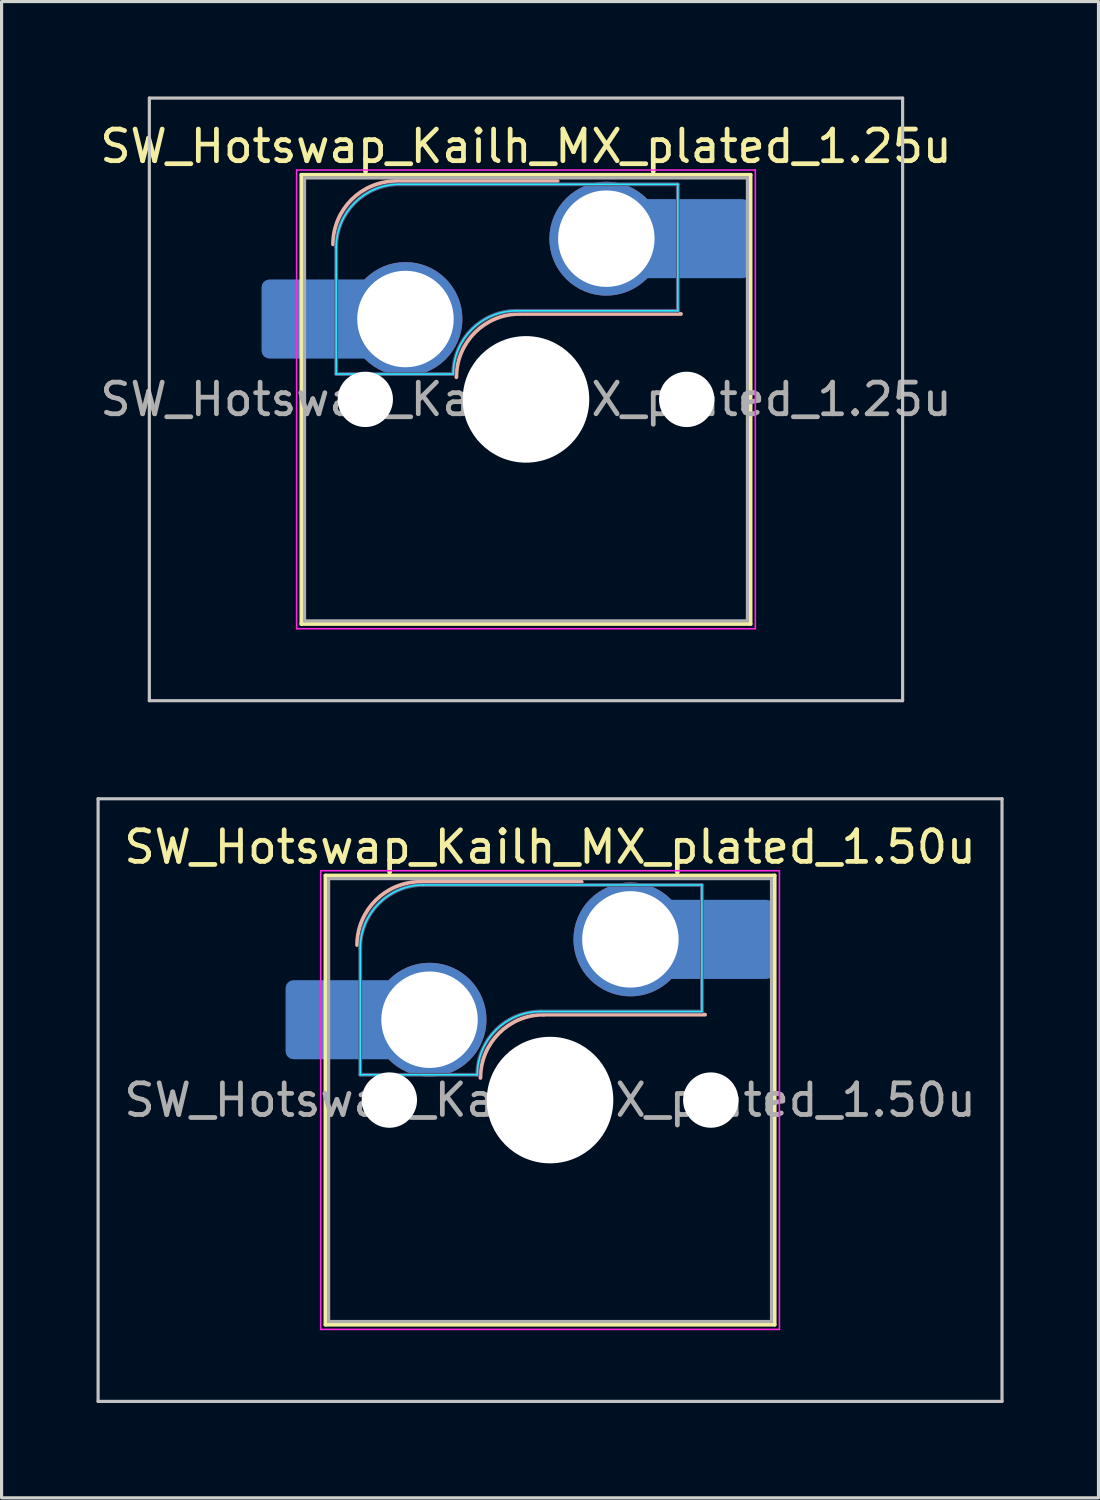
<source format=kicad_pcb>
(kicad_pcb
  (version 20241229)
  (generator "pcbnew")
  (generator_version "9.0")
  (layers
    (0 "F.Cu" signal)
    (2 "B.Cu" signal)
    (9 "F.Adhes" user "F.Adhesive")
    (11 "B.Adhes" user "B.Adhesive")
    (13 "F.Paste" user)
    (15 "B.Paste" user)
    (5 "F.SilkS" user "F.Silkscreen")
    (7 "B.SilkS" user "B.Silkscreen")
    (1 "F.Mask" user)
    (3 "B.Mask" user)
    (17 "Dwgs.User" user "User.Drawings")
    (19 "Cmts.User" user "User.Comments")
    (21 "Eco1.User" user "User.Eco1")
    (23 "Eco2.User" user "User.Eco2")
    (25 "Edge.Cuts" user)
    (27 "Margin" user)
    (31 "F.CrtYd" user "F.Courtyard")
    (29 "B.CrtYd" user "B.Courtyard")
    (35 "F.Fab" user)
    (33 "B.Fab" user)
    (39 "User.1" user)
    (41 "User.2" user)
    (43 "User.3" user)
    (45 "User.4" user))
  (footprint "SW_Hotswap_Kailh_MX_plated_1.50u"
    (layer "F.Cu")
    (at 14.338 31.725)
    (property "Reference" "SW_Hotswap_Kailh_MX_plated_1.50u" (at 0 -8 0) (layer "F.SilkS") (effects (font (size 1 1) (thickness 0.15))))
    (attr smd)
    (fp_line (start -7.1 -7.1) (end -7.1 7.1) (stroke (width 0.12) (type solid)) (layer "F.SilkS"))
    (fp_line (start -7.1 7.1) (end 7.1 7.1) (stroke (width 0.12) (type solid)) (layer "F.SilkS"))
    (fp_line (start 7.1 -7.1) (end -7.1 -7.1) (stroke (width 0.12) (type solid)) (layer "F.SilkS"))
    (fp_line (start 7.1 7.1) (end 7.1 -7.1) (stroke (width 0.12) (type solid)) (layer "F.SilkS"))
    (fp_line (start -4.1 -6.9) (end 1 -6.9) (stroke (width 0.12) (type solid)) (layer "B.SilkS"))
    (fp_line (start -0.2 -2.7) (end 4.9 -2.7) (stroke (width 0.12) (type solid)) (layer "B.SilkS"))
    (fp_arc (start -6.1 -4.9) (mid -5.514214 -6.314214) (end -4.1 -6.9) (stroke (width 0.12) (type solid)) (layer "B.SilkS"))
    (fp_arc (start -2.2 -0.7) (mid -1.614214 -2.114214) (end -0.2 -2.7) (stroke (width 0.12) (type solid)) (layer "B.SilkS"))
    (fp_line (start -14.287 -9.525) (end -14.287 9.525) (stroke (width 0.1) (type solid)) (layer "Dwgs.User"))
    (fp_line (start -14.287 9.525) (end 14.287 9.525) (stroke (width 0.1) (type solid)) (layer "Dwgs.User"))
    (fp_line (start 14.287 -9.525) (end -14.287 -9.525) (stroke (width 0.1) (type solid)) (layer "Dwgs.User"))
    (fp_line (start 14.287 9.525) (end 14.287 -9.525) (stroke (width 0.1) (type solid)) (layer "Dwgs.User"))
    (fp_line (start -7.8 -6) (end -7 -6) (stroke (width 0.1) (type solid)) (layer "Eco1.User"))
    (fp_line (start -7.8 -2.9) (end -7.8 -6) (stroke (width 0.1) (type solid)) (layer "Eco1.User"))
    (fp_line (start -7.8 2.9) (end -7 2.9) (stroke (width 0.1) (type solid)) (layer "Eco1.User"))
    (fp_line (start -7.8 6) (end -7.8 2.9) (stroke (width 0.1) (type solid)) (layer "Eco1.User"))
    (fp_line (start -7 -7) (end 7 -7) (stroke (width 0.1) (type solid)) (layer "Eco1.User"))
    (fp_line (start -7 -6) (end -7 -7) (stroke (width 0.1) (type solid)) (layer "Eco1.User"))
    (fp_line (start -7 -2.9) (end -7.8 -2.9) (stroke (width 0.1) (type solid)) (layer "Eco1.User"))
    (fp_line (start -7 2.9) (end -7 -2.9) (stroke (width 0.1) (type solid)) (layer "Eco1.User"))
    (fp_line (start -7 6) (end -7.8 6) (stroke (width 0.1) (type solid)) (layer "Eco1.User"))
    (fp_line (start -7 7) (end -7 6) (stroke (width 0.1) (type solid)) (layer "Eco1.User"))
    (fp_line (start 7 -7) (end 7 -6) (stroke (width 0.1) (type solid)) (layer "Eco1.User"))
    (fp_line (start 7 -6) (end 7.8 -6) (stroke (width 0.1) (type solid)) (layer "Eco1.User"))
    (fp_line (start 7 -2.9) (end 7 2.9) (stroke (width 0.1) (type solid)) (layer "Eco1.User"))
    (fp_line (start 7 2.9) (end 7.8 2.9) (stroke (width 0.1) (type solid)) (layer "Eco1.User"))
    (fp_line (start 7 6) (end 7 7) (stroke (width 0.1) (type solid)) (layer "Eco1.User"))
    (fp_line (start 7 7) (end -7 7) (stroke (width 0.1) (type solid)) (layer "Eco1.User"))
    (fp_line (start 7.8 -6) (end 7.8 -2.9) (stroke (width 0.1) (type solid)) (layer "Eco1.User"))
    (fp_line (start 7.8 -2.9) (end 7 -2.9) (stroke (width 0.1) (type solid)) (layer "Eco1.User"))
    (fp_line (start 7.8 2.9) (end 7.8 6) (stroke (width 0.1) (type solid)) (layer "Eco1.User"))
    (fp_line (start 7.8 6) (end 7 6) (stroke (width 0.1) (type solid)) (layer "Eco1.User"))
    (fp_line (start -6 -0.8) (end -6 -4.8) (stroke (width 0.05) (type solid)) (layer "B.CrtYd"))
    (fp_line (start -6 -0.8) (end -2.3 -0.8) (stroke (width 0.05) (type solid)) (layer "B.CrtYd"))
    (fp_line (start -4 -6.8) (end 4.8 -6.8) (stroke (width 0.05) (type solid)) (layer "B.CrtYd"))
    (fp_line (start -0.3 -2.8) (end 4.8 -2.8) (stroke (width 0.05) (type solid)) (layer "B.CrtYd"))
    (fp_line (start 4.8 -6.8) (end 4.8 -2.8) (stroke (width 0.05) (type solid)) (layer "B.CrtYd"))
    (fp_arc (start -6 -4.8) (mid -5.414214 -6.214214) (end -4 -6.8) (stroke (width 0.05) (type solid)) (layer "B.CrtYd"))
    (fp_arc (start -2.3 -0.8) (mid -1.714214 -2.214214) (end -0.3 -2.8) (stroke (width 0.05) (type solid)) (layer "B.CrtYd"))
    (fp_line (start -7.25 -7.25) (end -7.25 7.25) (stroke (width 0.05) (type solid)) (layer "F.CrtYd"))
    (fp_line (start -7.25 7.25) (end 7.25 7.25) (stroke (width 0.05) (type solid)) (layer "F.CrtYd"))
    (fp_line (start 7.25 -7.25) (end -7.25 -7.25) (stroke (width 0.05) (type solid)) (layer "F.CrtYd"))
    (fp_line (start 7.25 7.25) (end 7.25 -7.25) (stroke (width 0.05) (type solid)) (layer "F.CrtYd"))
    (fp_line (start -6 -0.8) (end -6 -4.8) (stroke (width 0.12) (type solid)) (layer "B.Fab"))
    (fp_line (start -6 -0.8) (end -2.3 -0.8) (stroke (width 0.12) (type solid)) (layer "B.Fab"))
    (fp_line (start -4 -6.8) (end 4.8 -6.8) (stroke (width 0.12) (type solid)) (layer "B.Fab"))
    (fp_line (start -0.3 -2.8) (end 4.8 -2.8) (stroke (width 0.12) (type solid)) (layer "B.Fab"))
    (fp_line (start 4.8 -6.8) (end 4.8 -2.8) (stroke (width 0.12) (type solid)) (layer "B.Fab"))
    (fp_arc (start -6 -4.8) (mid -5.414214 -6.214214) (end -4 -6.8) (stroke (width 0.12) (type solid)) (layer "B.Fab"))
    (fp_arc (start -2.3 -0.8) (mid -1.714214 -2.214214) (end -0.3 -2.8) (stroke (width 0.12) (type solid)) (layer "B.Fab"))
    (fp_line (start -7 -7) (end -7 7) (stroke (width 0.1) (type solid)) (layer "F.Fab"))
    (fp_line (start -7 7) (end 7 7) (stroke (width 0.1) (type solid)) (layer "F.Fab"))
    (fp_line (start 7 -7) (end -7 -7) (stroke (width 0.1) (type solid)) (layer "F.Fab"))
    (fp_line (start 7 7) (end 7 -7) (stroke (width 0.1) (type solid)) (layer "F.Fab"))
    (fp_text user "${REFERENCE}" (at 0 0 0) (layer "F.Fab") (effects (font (size 1 1) (thickness 0.15))))
    (pad "" smd roundrect (at -7.085 -2.54) (size 2.55 2.5) (layers "B.Mask" "B.Paste") (roundrect_rratio 0.1))
    (pad "" np_thru_hole circle (at -5.08 0) (size 1.75 1.75) (drill 1.75) (layers "*.Cu" "*.Mask"))
    (pad "" smd circle (at -3.81 -2.54) (size 3.1 3.1) (layers "F.Mask"))
    (pad "" np_thru_hole circle (at 0 0) (size 4 4) (drill 4) (layers "*.Cu" "*.Mask"))
    (pad "" smd circle (at 2.54 -5.08) (size 3.1 3.1) (layers "F.Mask"))
    (pad "" np_thru_hole circle (at 5.08 0) (size 1.75 1.75) (drill 1.75) (layers "*.Cu" "*.Mask"))
    (pad "" smd roundrect (at 5.842 -5.08) (size 2.55 2.5) (layers "B.Mask" "B.Paste") (roundrect_rratio 0.1))
    (pad "1" smd roundrect (at -6.585 -2.54) (size 3.55 2.5) (layers "B.Cu") (roundrect_rratio 0.1))
    (pad "1" thru_hole circle (at -3.81 -2.54) (size 3.6 3.6) (drill 3.05) (layers "*.Cu" "B.Mask"))
    (pad "2" thru_hole circle (at 2.54 -5.08) (size 3.6 3.6) (drill 3.05) (layers "*.Cu" "B.Mask"))
    (pad "2" smd roundrect (at 5.32 -5.08) (size 3.55 2.5) (layers "B.Cu") (roundrect_rratio 0.1)))
  (footprint "SW_Hotswap_Kailh_MX_plated_1.25u"
    (layer "F.Cu")
    (at 13.577 9.575)
    (property "Reference" "SW_Hotswap_Kailh_MX_plated_1.25u" (at 0 -8 0) (layer "F.SilkS") (effects (font (size 1 1) (thickness 0.15))))
    (attr smd)
    (fp_line (start -7.1 -7.1) (end -7.1 7.1) (stroke (width 0.12) (type solid)) (layer "F.SilkS"))
    (fp_line (start -7.1 7.1) (end 7.1 7.1) (stroke (width 0.12) (type solid)) (layer "F.SilkS"))
    (fp_line (start 7.1 -7.1) (end -7.1 -7.1) (stroke (width 0.12) (type solid)) (layer "F.SilkS"))
    (fp_line (start 7.1 7.1) (end 7.1 -7.1) (stroke (width 0.12) (type solid)) (layer "F.SilkS"))
    (fp_line (start -4.1 -6.9) (end 1 -6.9) (stroke (width 0.12) (type solid)) (layer "B.SilkS"))
    (fp_line (start -0.2 -2.7) (end 4.9 -2.7) (stroke (width 0.12) (type solid)) (layer "B.SilkS"))
    (fp_arc (start -6.1 -4.9) (mid -5.514214 -6.314214) (end -4.1 -6.9) (stroke (width 0.12) (type solid)) (layer "B.SilkS"))
    (fp_arc (start -2.2 -0.7) (mid -1.614214 -2.114214) (end -0.2 -2.7) (stroke (width 0.12) (type solid)) (layer "B.SilkS"))
    (fp_line (start -11.906 -9.525) (end -11.906 9.525) (stroke (width 0.1) (type solid)) (layer "Dwgs.User"))
    (fp_line (start -11.906 9.525) (end 11.906 9.525) (stroke (width 0.1) (type solid)) (layer "Dwgs.User"))
    (fp_line (start 11.906 -9.525) (end -11.906 -9.525) (stroke (width 0.1) (type solid)) (layer "Dwgs.User"))
    (fp_line (start 11.906 9.525) (end 11.906 -9.525) (stroke (width 0.1) (type solid)) (layer "Dwgs.User"))
    (fp_line (start -7.8 -6) (end -7 -6) (stroke (width 0.1) (type solid)) (layer "Eco1.User"))
    (fp_line (start -7.8 -2.9) (end -7.8 -6) (stroke (width 0.1) (type solid)) (layer "Eco1.User"))
    (fp_line (start -7.8 2.9) (end -7 2.9) (stroke (width 0.1) (type solid)) (layer "Eco1.User"))
    (fp_line (start -7.8 6) (end -7.8 2.9) (stroke (width 0.1) (type solid)) (layer "Eco1.User"))
    (fp_line (start -7 -7) (end 7 -7) (stroke (width 0.1) (type solid)) (layer "Eco1.User"))
    (fp_line (start -7 -6) (end -7 -7) (stroke (width 0.1) (type solid)) (layer "Eco1.User"))
    (fp_line (start -7 -2.9) (end -7.8 -2.9) (stroke (width 0.1) (type solid)) (layer "Eco1.User"))
    (fp_line (start -7 2.9) (end -7 -2.9) (stroke (width 0.1) (type solid)) (layer "Eco1.User"))
    (fp_line (start -7 6) (end -7.8 6) (stroke (width 0.1) (type solid)) (layer "Eco1.User"))
    (fp_line (start -7 7) (end -7 6) (stroke (width 0.1) (type solid)) (layer "Eco1.User"))
    (fp_line (start 7 -7) (end 7 -6) (stroke (width 0.1) (type solid)) (layer "Eco1.User"))
    (fp_line (start 7 -6) (end 7.8 -6) (stroke (width 0.1) (type solid)) (layer "Eco1.User"))
    (fp_line (start 7 -2.9) (end 7 2.9) (stroke (width 0.1) (type solid)) (layer "Eco1.User"))
    (fp_line (start 7 2.9) (end 7.8 2.9) (stroke (width 0.1) (type solid)) (layer "Eco1.User"))
    (fp_line (start 7 6) (end 7 7) (stroke (width 0.1) (type solid)) (layer "Eco1.User"))
    (fp_line (start 7 7) (end -7 7) (stroke (width 0.1) (type solid)) (layer "Eco1.User"))
    (fp_line (start 7.8 -6) (end 7.8 -2.9) (stroke (width 0.1) (type solid)) (layer "Eco1.User"))
    (fp_line (start 7.8 -2.9) (end 7 -2.9) (stroke (width 0.1) (type solid)) (layer "Eco1.User"))
    (fp_line (start 7.8 2.9) (end 7.8 6) (stroke (width 0.1) (type solid)) (layer "Eco1.User"))
    (fp_line (start 7.8 6) (end 7 6) (stroke (width 0.1) (type solid)) (layer "Eco1.User"))
    (fp_line (start -6 -0.8) (end -6 -4.8) (stroke (width 0.05) (type solid)) (layer "B.CrtYd"))
    (fp_line (start -6 -0.8) (end -2.3 -0.8) (stroke (width 0.05) (type solid)) (layer "B.CrtYd"))
    (fp_line (start -4 -6.8) (end 4.8 -6.8) (stroke (width 0.05) (type solid)) (layer "B.CrtYd"))
    (fp_line (start -0.3 -2.8) (end 4.8 -2.8) (stroke (width 0.05) (type solid)) (layer "B.CrtYd"))
    (fp_line (start 4.8 -6.8) (end 4.8 -2.8) (stroke (width 0.05) (type solid)) (layer "B.CrtYd"))
    (fp_arc (start -6 -4.8) (mid -5.414214 -6.214214) (end -4 -6.8) (stroke (width 0.05) (type solid)) (layer "B.CrtYd"))
    (fp_arc (start -2.3 -0.8) (mid -1.714214 -2.214214) (end -0.3 -2.8) (stroke (width 0.05) (type solid)) (layer "B.CrtYd"))
    (fp_line (start -7.25 -7.25) (end -7.25 7.25) (stroke (width 0.05) (type solid)) (layer "F.CrtYd"))
    (fp_line (start -7.25 7.25) (end 7.25 7.25) (stroke (width 0.05) (type solid)) (layer "F.CrtYd"))
    (fp_line (start 7.25 -7.25) (end -7.25 -7.25) (stroke (width 0.05) (type solid)) (layer "F.CrtYd"))
    (fp_line (start 7.25 7.25) (end 7.25 -7.25) (stroke (width 0.05) (type solid)) (layer "F.CrtYd"))
    (fp_line (start -6 -0.8) (end -6 -4.8) (stroke (width 0.12) (type solid)) (layer "B.Fab"))
    (fp_line (start -6 -0.8) (end -2.3 -0.8) (stroke (width 0.12) (type solid)) (layer "B.Fab"))
    (fp_line (start -4 -6.8) (end 4.8 -6.8) (stroke (width 0.12) (type solid)) (layer "B.Fab"))
    (fp_line (start -0.3 -2.8) (end 4.8 -2.8) (stroke (width 0.12) (type solid)) (layer "B.Fab"))
    (fp_line (start 4.8 -6.8) (end 4.8 -2.8) (stroke (width 0.12) (type solid)) (layer "B.Fab"))
    (fp_arc (start -6 -4.8) (mid -5.414214 -6.214214) (end -4 -6.8) (stroke (width 0.12) (type solid)) (layer "B.Fab"))
    (fp_arc (start -2.3 -0.8) (mid -1.714214 -2.214214) (end -0.3 -2.8) (stroke (width 0.12) (type solid)) (layer "B.Fab"))
    (fp_line (start -7 -7) (end -7 7) (stroke (width 0.1) (type solid)) (layer "F.Fab"))
    (fp_line (start -7 7) (end 7 7) (stroke (width 0.1) (type solid)) (layer "F.Fab"))
    (fp_line (start 7 -7) (end -7 -7) (stroke (width 0.1) (type solid)) (layer "F.Fab"))
    (fp_line (start 7 7) (end 7 -7) (stroke (width 0.1) (type solid)) (layer "F.Fab"))
    (fp_text user "${REFERENCE}" (at 0 0 0) (layer "F.Fab") (effects (font (size 1 1) (thickness 0.15))))
    (pad "" smd roundrect (at -7.085 -2.54) (size 2.55 2.5) (layers "B.Mask" "B.Paste") (roundrect_rratio 0.1))
    (pad "" np_thru_hole circle (at -5.08 0) (size 1.75 1.75) (drill 1.75) (layers "*.Cu" "*.Mask"))
    (pad "" smd circle (at -3.81 -2.54) (size 3.1 3.1) (layers "F.Mask"))
    (pad "" np_thru_hole circle (at 0 0) (size 4 4) (drill 4) (layers "*.Cu" "*.Mask"))
    (pad "" smd circle (at 2.54 -5.08) (size 3.1 3.1) (layers "F.Mask"))
    (pad "" np_thru_hole circle (at 5.08 0) (size 1.75 1.75) (drill 1.75) (layers "*.Cu" "*.Mask"))
    (pad "" smd roundrect (at 5.842 -5.08) (size 2.55 2.5) (layers "B.Mask" "B.Paste") (roundrect_rratio 0.1))
    (pad "1" smd roundrect (at -6.585 -2.54) (size 3.55 2.5) (layers "B.Cu") (roundrect_rratio 0.1))
    (pad "1" thru_hole circle (at -3.81 -2.54) (size 3.6 3.6) (drill 3.05) (layers "*.Cu" "B.Mask"))
    (pad "2" thru_hole circle (at 2.54 -5.08) (size 3.6 3.6) (drill 3.05) (layers "*.Cu" "B.Mask"))
    (pad "2" smd roundrect (at 5.32 -5.08) (size 3.55 2.5) (layers "B.Cu") (roundrect_rratio 0.1)))
  (gr_rect
    (start -3 -3)
    (end 31.675 44.3)
    (stroke (width 0.1) (type default))
    (fill no)
    (layer "Edge.Cuts")))
</source>
